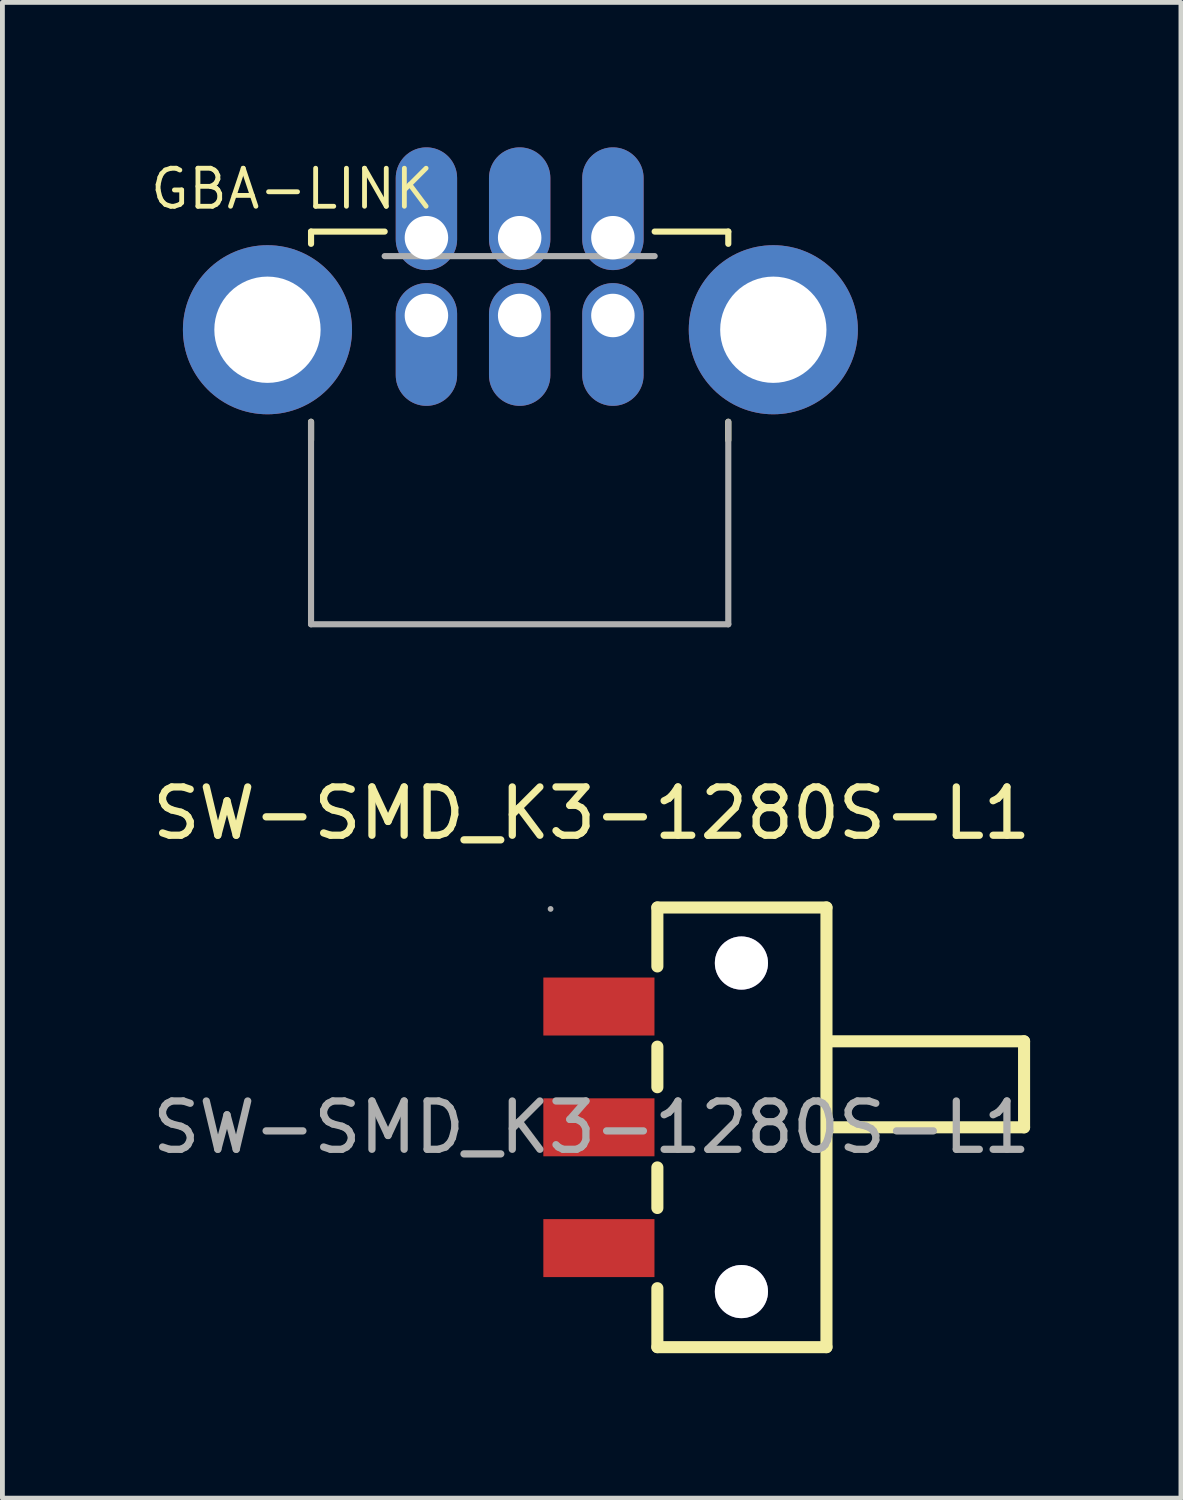
<source format=kicad_pcb>
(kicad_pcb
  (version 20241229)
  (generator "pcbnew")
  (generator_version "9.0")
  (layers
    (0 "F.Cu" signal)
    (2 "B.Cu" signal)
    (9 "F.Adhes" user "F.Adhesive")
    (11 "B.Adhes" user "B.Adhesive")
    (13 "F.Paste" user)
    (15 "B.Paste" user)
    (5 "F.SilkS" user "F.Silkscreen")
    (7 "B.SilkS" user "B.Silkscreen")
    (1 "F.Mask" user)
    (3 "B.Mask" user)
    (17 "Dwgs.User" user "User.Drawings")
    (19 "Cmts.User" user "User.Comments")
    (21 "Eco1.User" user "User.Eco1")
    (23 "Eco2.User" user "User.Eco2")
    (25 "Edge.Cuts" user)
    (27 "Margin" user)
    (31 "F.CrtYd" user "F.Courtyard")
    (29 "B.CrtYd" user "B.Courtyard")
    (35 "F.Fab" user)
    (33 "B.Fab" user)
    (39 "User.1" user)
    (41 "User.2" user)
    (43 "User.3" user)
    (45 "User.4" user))
  (footprint "GBA-LINK"
    (layer "F.Cu")
    (at 7.706 1.87)
    (property "Reference" "GBA-LINK" (at -4.71 -1.01 0) (layer "F.SilkS") (effects (font (size 0.787 0.787) (thickness 0.1))))
    (attr through_hole)
    (fp_line (start -4.318 0.127) (end -4.318 -0.127) (stroke (width 0.127) (type solid)) (layer "F.SilkS"))
    (fp_line (start -4.318 4.191) (end -4.318 3.81) (stroke (width 0.127) (type solid)) (layer "F.SilkS"))
    (fp_line (start -2.794 -0.127) (end -4.318 -0.127) (stroke (width 0.127) (type solid)) (layer "F.SilkS"))
    (fp_line (start 4.318 -0.127) (end 2.794 -0.127) (stroke (width 0.127) (type solid)) (layer "F.SilkS"))
    (fp_line (start 4.318 0.127) (end 4.318 -0.127) (stroke (width 0.127) (type solid)) (layer "F.SilkS"))
    (fp_line (start 4.318 4.191) (end 4.318 3.81) (stroke (width 0.127) (type solid)) (layer "F.SilkS"))
    (fp_line (start -4.318 8.001) (end -4.318 3.81) (stroke (width 0.127) (type solid)) (layer "F.Fab"))
    (fp_line (start -4.318 8.001) (end 4.318 8.001) (stroke (width 0.127) (type solid)) (layer "F.Fab"))
    (fp_line (start -2.794 0.381) (end 2.794 0.381) (stroke (width 0.127) (type solid)) (layer "F.Fab"))
    (fp_line (start 4.318 8.001) (end 4.318 3.81) (stroke (width 0.127) (type solid)) (layer "F.Fab"))
    (pad "1" thru_hole oval (at 1.93 0) (size 1.27 2.54) (drill 0.9 (offset 0 -0.6)) (layers "*.Cu" "*.Mask"))
    (pad "2" thru_hole oval (at 1.93 1.61) (size 1.27 2.54) (drill 0.9 (offset 0 0.6)) (layers "*.Cu" "*.Mask"))
    (pad "3" thru_hole oval (at 0 0) (size 1.27 2.54) (drill 0.9 (offset 0 -0.6)) (layers "*.Cu" "*.Mask"))
    (pad "4" thru_hole oval (at 0 1.61) (size 1.27 2.54) (drill 0.9 (offset 0 0.6)) (layers "*.Cu" "*.Mask"))
    (pad "5" thru_hole oval (at -1.93 0) (size 1.27 2.54) (drill 0.9 (offset 0 -0.6)) (layers "*.Cu" "*.Mask"))
    (pad "6" thru_hole oval (at -1.93 1.61) (size 1.27 2.54) (drill 0.9 (offset 0 0.6)) (layers "*.Cu" "*.Mask"))
    (pad "SH" thru_hole circle (at -5.22 1.905) (size 3.5 3.5) (drill 2.2) (layers "*.Cu" "*.Mask"))
    (pad "SH" thru_hole circle (at 5.25 1.905) (size 3.5 3.5) (drill 2.2) (layers "*.Cu" "*.Mask")))
  (footprint "SW-SMD_K3-1280S-L1"
    (layer "F.Cu")
    (at 9.196 20.283)
    (property "Reference" "SW-SMD_K3-1280S-L1" (at 0 -6.5 0) (layer "F.SilkS") (effects (font (size 1 1) (thickness 0.15))))
    (attr smd)
    (fp_line (start 1.36 -4.55) (end 1.36 -3.33) (stroke (width 0.25) (type solid)) (layer "F.SilkS"))
    (fp_line (start 1.36 -4.55) (end 4.86 -4.55) (stroke (width 0.25) (type solid)) (layer "F.SilkS"))
    (fp_line (start 1.36 -1.67) (end 1.36 -0.83) (stroke (width 0.25) (type solid)) (layer "F.SilkS"))
    (fp_line (start 1.36 0.83) (end 1.36 1.67) (stroke (width 0.25) (type solid)) (layer "F.SilkS"))
    (fp_line (start 1.36 3.33) (end 1.36 4.55) (stroke (width 0.25) (type solid)) (layer "F.SilkS"))
    (fp_line (start 4.86 -4.55) (end 4.86 4.55) (stroke (width 0.25) (type solid)) (layer "F.SilkS"))
    (fp_line (start 4.86 4.55) (end 1.36 4.55) (stroke (width 0.25) (type solid)) (layer "F.SilkS"))
    (fp_line (start 4.88 -1.78) (end 8.95 -1.78) (stroke (width 0.25) (type solid)) (layer "F.SilkS"))
    (fp_line (start 8.95 -1.78) (end 8.95 0) (stroke (width 0.25) (type solid)) (layer "F.SilkS"))
    (fp_line (start 8.95 0) (end 4.88 0) (stroke (width 0.25) (type solid)) (layer "F.SilkS"))
    (fp_circle (center -0.85 -4.52) (end -0.82 -4.52) (stroke (width 0.06) (type solid)) (fill no) (layer "F.Fab"))
    (fp_text user "${REFERENCE}" (at 0 0 0) (layer "F.Fab") (effects (font (size 1 1) (thickness 0.15))))
    (pad "" thru_hole circle (at 3.1 -3.4) (size 1.1 1.1) (drill 1.1) (layers "*.Cu" "*.Mask"))
    (pad "" thru_hole circle (at 3.1 3.4) (size 1.1 1.1) (drill 1.1) (layers "*.Cu" "*.Mask"))
    (pad "1" smd rect (at 0.15 -2.5) (size 2.3 1.2) (layers "F.Cu" "F.Mask" "F.Paste"))
    (pad "2" smd rect (at 0.15 0) (size 2.3 1.2) (layers "F.Cu" "F.Mask" "F.Paste"))
    (pad "3" smd rect (at 0.15 2.5) (size 2.3 1.2) (layers "F.Cu" "F.Mask" "F.Paste")))
  (gr_rect
    (start -3 -3)
    (end 21.393 27.958)
    (stroke (width 0.1) (type default))
    (fill no)
    (layer "Edge.Cuts")))
</source>
